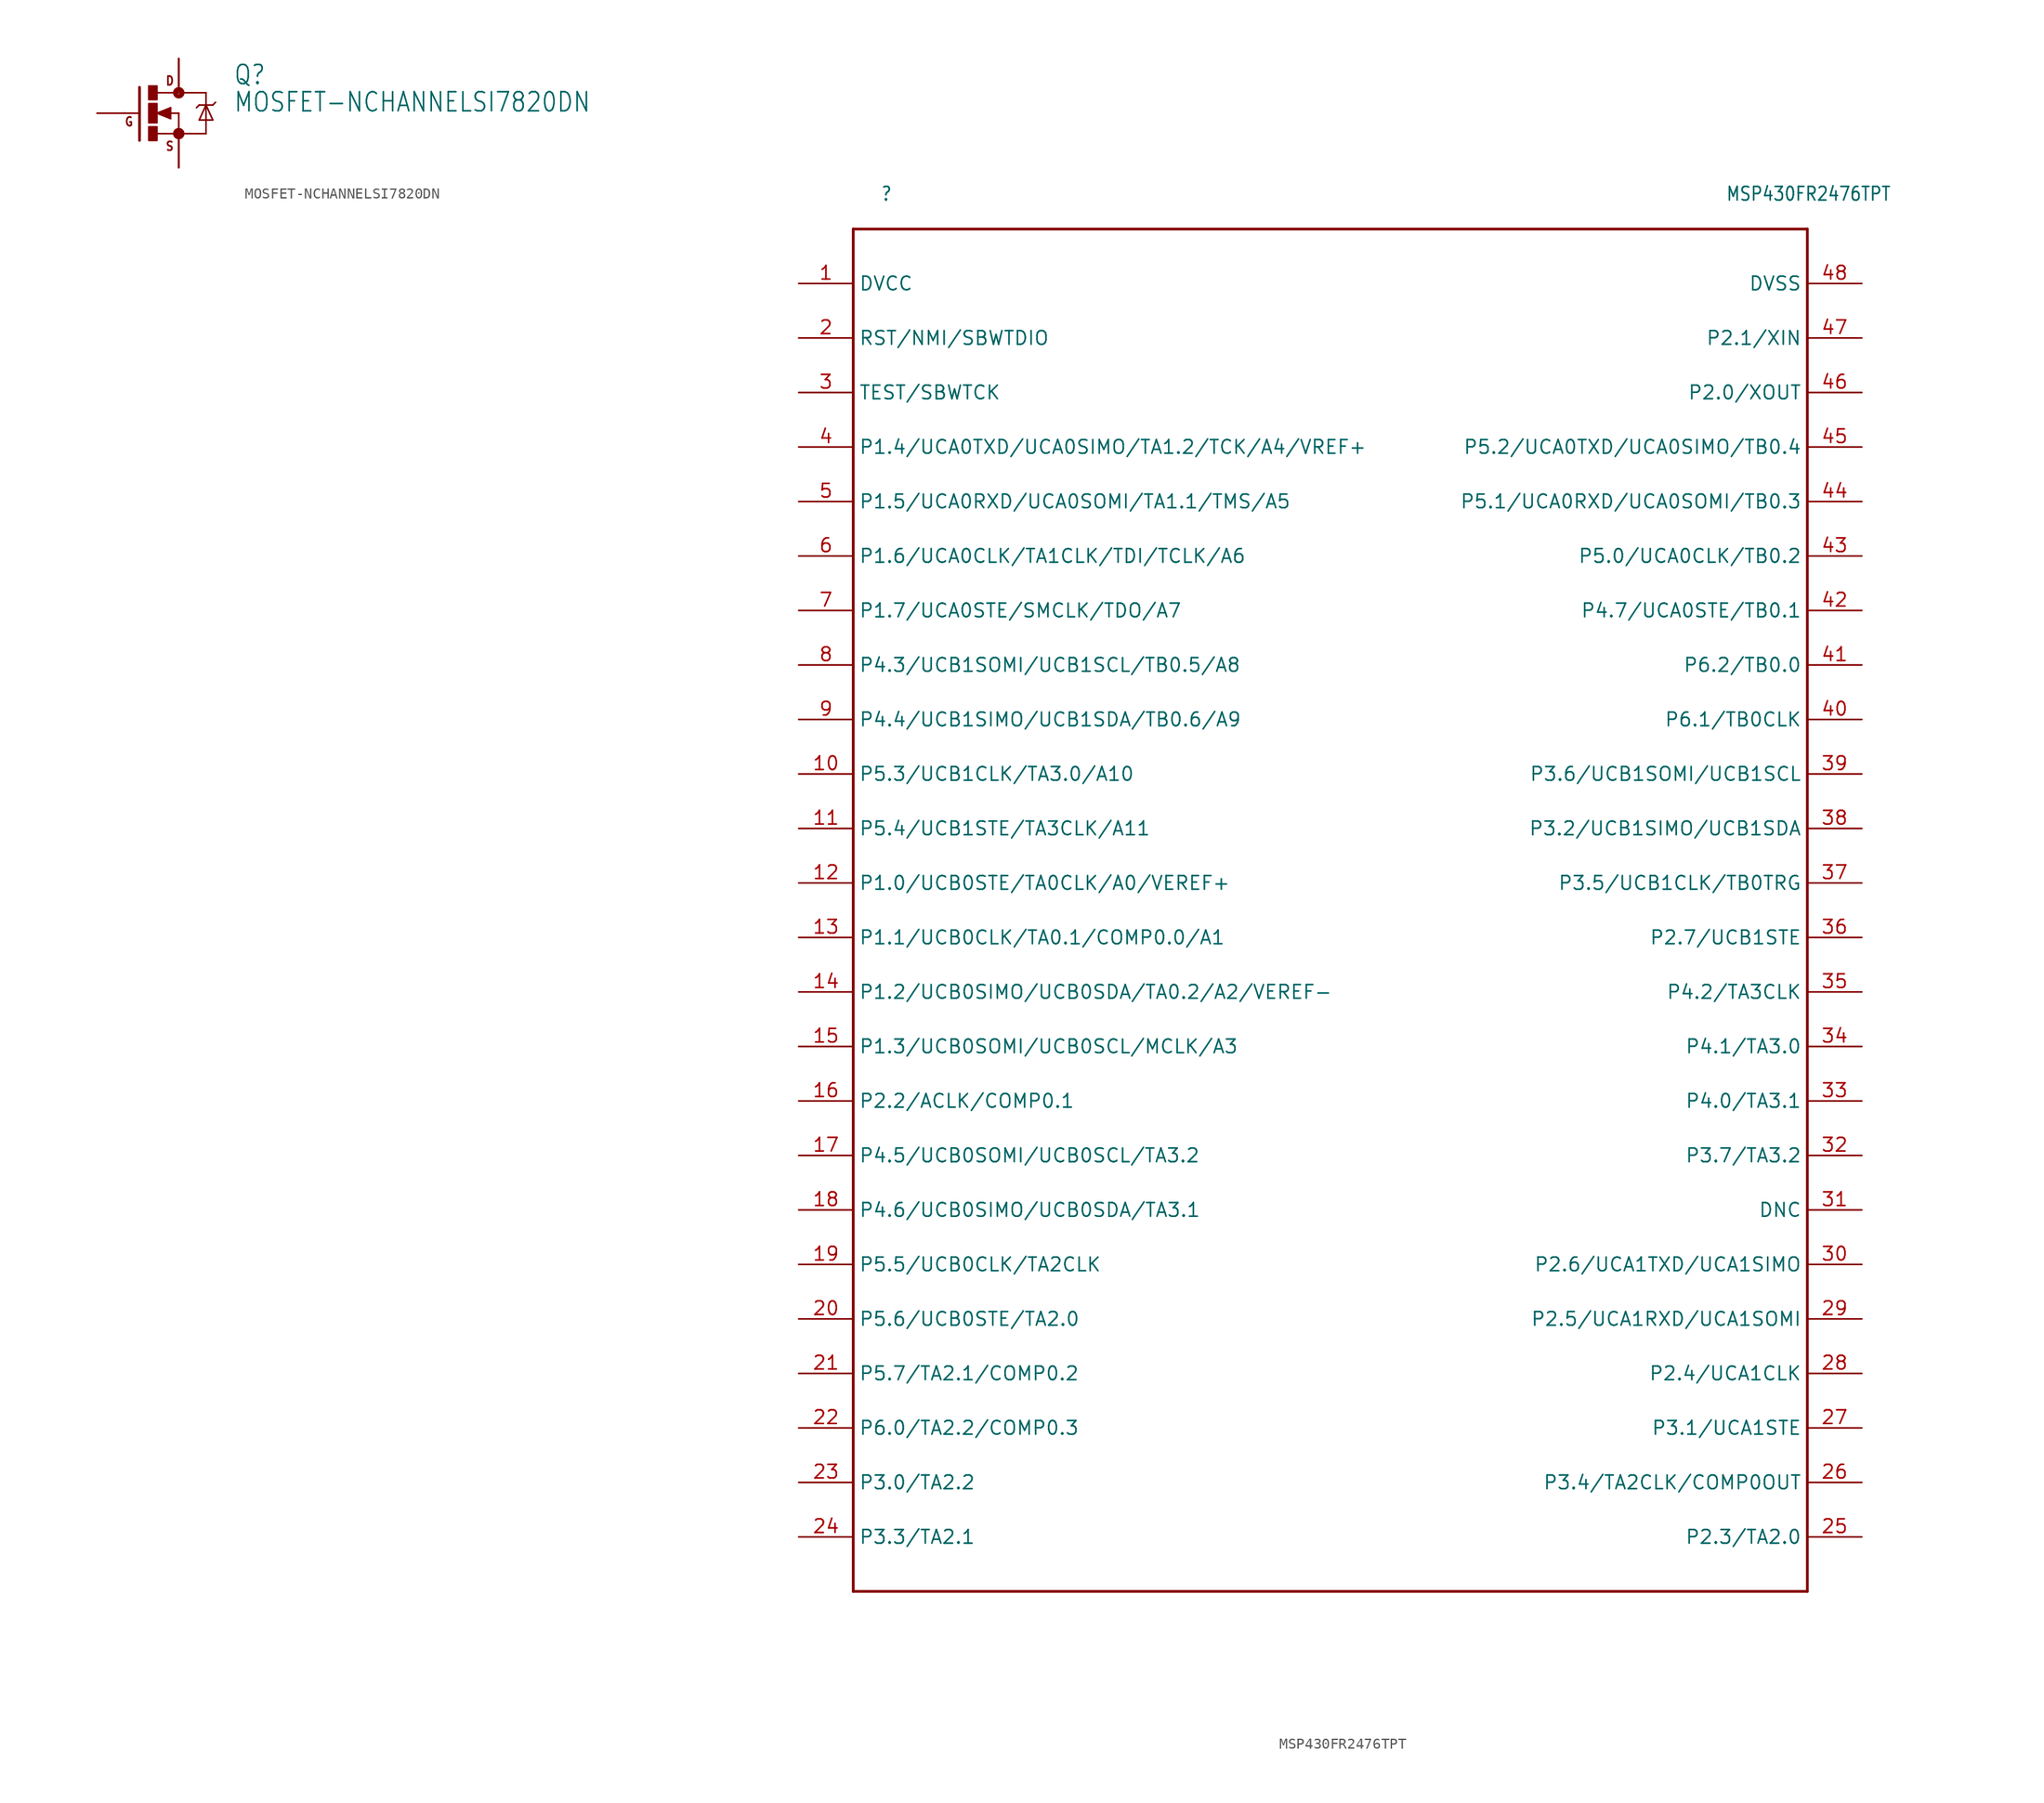
<source format=kicad_sym>
(kicad_symbol_lib
  (version 20211014)
  (generator kicad_symbol_editor)
  (symbol "MOSFET-NCHANNELSI7820DN"
    (property "Reference" "Q"
      (at 5.08 2.54 0)
      (effects (font (size 1.778 1.511)) (justify left bottom)))
    (property "Value" "MOSFET-NCHANNELSI7820DN"
      (at 5.08 0 0)
      (effects (font (size 1.778 1.511)) (justify left bottom)))
    (property "ki_locked" ""
      (at 0 0 0)
      (effects (font (size 1.27 1.27))))
    (symbol "MOSFET-NCHANNELSI7820DN_1_0"
      (rectangle (start -2.794 -2.54) (end -2.032 -1.27) (stroke (width 0) (type default) (color 0 0 0 0)) (fill (type outline)))
      (rectangle (start -2.794 -0.889) (end -2.032 0.889) (stroke (width 0) (type default) (color 0 0 0 0)) (fill (type outline)))
      (rectangle (start -2.794 1.27) (end -2.032 2.54) (stroke (width 0) (type default) (color 0 0 0 0)) (fill (type outline)))
      (circle (center 0 -1.905) (radius 0.127) (stroke (width 0.406) (type default) (color 0 0 0 0)) (fill (type none)))
      (polyline (pts (xy -3.81 0) (xy -5.08 0)) (stroke (width 0.152) (type default) (color 0 0 0 0)) (fill (type none)))
      (polyline (pts (xy -3.658 2.413) (xy -3.658 -2.54)) (stroke (width 0.254) (type default) (color 0 0 0 0)) (fill (type none)))
      (polyline (pts (xy -2.032 -1.905) (xy 0 -1.905)) (stroke (width 0.152) (type default) (color 0 0 0 0)) (fill (type none)))
      (polyline (pts (xy -2.032 0) (xy -0.762 -0.508)) (stroke (width 0.152) (type default) (color 0 0 0 0)) (fill (type none)))
      (polyline (pts (xy -1.778 0) (xy -0.889 -0.254)) (stroke (width 0.305) (type default) (color 0 0 0 0)) (fill (type none)))
      (polyline (pts (xy -0.889 -0.254) (xy -0.889 0)) (stroke (width 0.305) (type default) (color 0 0 0 0)) (fill (type none)))
      (polyline (pts (xy -0.889 0) (xy -1.143 0)) (stroke (width 0.305) (type default) (color 0 0 0 0)) (fill (type none)))
      (polyline (pts (xy -0.889 0) (xy 0 0)) (stroke (width 0.152) (type default) (color 0 0 0 0)) (fill (type none)))
      (polyline (pts (xy -0.889 0.254) (xy -1.778 0)) (stroke (width 0.305) (type default) (color 0 0 0 0)) (fill (type none)))
      (polyline (pts (xy -0.762 -0.508) (xy -0.762 0.508)) (stroke (width 0.152) (type default) (color 0 0 0 0)) (fill (type none)))
      (polyline (pts (xy -0.762 0.508) (xy -2.032 0)) (stroke (width 0.152) (type default) (color 0 0 0 0)) (fill (type none)))
      (polyline (pts (xy 0 -1.905) (xy 0 -2.54)) (stroke (width 0.152) (type default) (color 0 0 0 0)) (fill (type none)))
      (polyline (pts (xy 0 0) (xy 0 -1.905)) (stroke (width 0.152) (type default) (color 0 0 0 0)) (fill (type none)))
      (polyline (pts (xy 0 1.905) (xy -2.007 1.905)) (stroke (width 0.152) (type default) (color 0 0 0 0)) (fill (type none)))
      (polyline (pts (xy 0 1.905) (xy 2.54 1.905)) (stroke (width 0.152) (type default) (color 0 0 0 0)) (fill (type none)))
      (polyline (pts (xy 0 2.54) (xy 0 1.905)) (stroke (width 0.152) (type default) (color 0 0 0 0)) (fill (type none)))
      (polyline (pts (xy 1.905 -0.635) (xy 3.175 -0.635)) (stroke (width 0.152) (type default) (color 0 0 0 0)) (fill (type none)))
      (polyline (pts (xy 1.905 0.762) (xy 1.651 0.508)) (stroke (width 0.152) (type default) (color 0 0 0 0)) (fill (type none)))
      (polyline (pts (xy 1.905 0.762) (xy 2.54 0.762)) (stroke (width 0.152) (type default) (color 0 0 0 0)) (fill (type none)))
      (polyline (pts (xy 2.54 -1.905) (xy 0 -1.905)) (stroke (width 0.152) (type default) (color 0 0 0 0)) (fill (type none)))
      (polyline (pts (xy 2.54 0.762) (xy 1.905 -0.635)) (stroke (width 0.152) (type default) (color 0 0 0 0)) (fill (type none)))
      (polyline (pts (xy 2.54 0.762) (xy 2.54 -1.905)) (stroke (width 0.152) (type default) (color 0 0 0 0)) (fill (type none)))
      (polyline (pts (xy 2.54 0.762) (xy 3.175 0.762)) (stroke (width 0.152) (type default) (color 0 0 0 0)) (fill (type none)))
      (polyline (pts (xy 2.54 1.905) (xy 2.54 0.762)) (stroke (width 0.152) (type default) (color 0 0 0 0)) (fill (type none)))
      (polyline (pts (xy 3.175 -0.635) (xy 2.54 0.762)) (stroke (width 0.152) (type default) (color 0 0 0 0)) (fill (type none)))
      (polyline (pts (xy 3.175 0.762) (xy 3.429 1.016)) (stroke (width 0.152) (type default) (color 0 0 0 0)) (fill (type none)))
      (circle (center 0 1.905) (radius 0.127) (stroke (width 0.406) (type default) (color 0 0 0 0)) (fill (type none)))
      (text "D" (at -1.27 2.54 0) (effects (font (size 0.813 0.691)) (justify left bottom)))
      (text "G" (at -5.08 -1.27 0) (effects (font (size 0.813 0.691)) (justify left bottom)))
      (text "S" (at -1.27 -3.556 0) (effects (font (size 0.813 0.691)) (justify left bottom)))
      (pin passive line (at 0 5.08 270) (length 2.54) (name "D" (effects (font (size 0 0)))) (number "D1" (effects (font (size 0 0)))))
      (pin passive line (at 0 5.08 270) (length 2.54) (name "D" (effects (font (size 0 0)))) (number "D2" (effects (font (size 0 0)))))
      (pin passive line (at 0 5.08 270) (length 2.54) (name "D" (effects (font (size 0 0)))) (number "D3" (effects (font (size 0 0)))))
      (pin passive line (at 0 5.08 270) (length 2.54) (name "D" (effects (font (size 0 0)))) (number "D4" (effects (font (size 0 0)))))
      (pin passive line (at 0 5.08 270) (length 2.54) (name "D" (effects (font (size 0 0)))) (number "DPAD" (effects (font (size 0 0)))))
      (pin passive line (at -7.62 0 0) (length 2.54) (name "G" (effects (font (size 0 0)))) (number "G" (effects (font (size 0 0)))))
      (pin passive line (at 0 -5.08 90) (length 2.54) (name "S" (effects (font (size 0 0)))) (number "S1" (effects (font (size 0 0)))))
      (pin passive line (at 0 -5.08 90) (length 2.54) (name "S" (effects (font (size 0 0)))) (number "S2" (effects (font (size 0 0)))))
      (pin passive line (at 0 -5.08 90) (length 2.54) (name "S" (effects (font (size 0 0)))) (number "S3" (effects (font (size 0 0)))))))
  (symbol "MSP430FR2476TPT"
    (property "Reference" ""
      (at 2.54 129.54 0)
      (effects (font (size 1.27 1.079)) (justify left bottom)))
    (property "Value" "MSP430FR2476TPT"
      (at 81.28 129.54 0)
      (effects (font (size 1.27 1.079)) (justify left bottom)))
    (property "ki_locked" ""
      (at 0 0 0)
      (effects (font (size 1.27 1.27))))
    (symbol "MSP430FR2476TPT_1_0"
      (polyline (pts (xy 0 0) (xy 0 127)) (stroke (width 0.254) (type default) (color 0 0 0 0)) (fill (type none)))
      (polyline (pts (xy 0 127) (xy 88.9 127)) (stroke (width 0.254) (type default) (color 0 0 0 0)) (fill (type none)))
      (polyline (pts (xy 88.9 0) (xy 0 0)) (stroke (width 0.254) (type default) (color 0 0 0 0)) (fill (type none)))
      (polyline (pts (xy 88.9 127) (xy 88.9 0)) (stroke (width 0.254) (type default) (color 0 0 0 0)) (fill (type none)))
      (pin bidirectional line (at -5.08 121.92 0) (length 5.08) (name "DVCC" (effects (font (size 1.27 1.27)))) (number "1" (effects (font (size 1.27 1.27)))))
      (pin bidirectional line (at -5.08 76.2 0) (length 5.08) (name "P5.3/UCB1CLK/TA3.0/A10" (effects (font (size 1.27 1.27)))) (number "10" (effects (font (size 1.27 1.27)))))
      (pin bidirectional line (at -5.08 71.12 0) (length 5.08) (name "P5.4/UCB1STE/TA3CLK/A11" (effects (font (size 1.27 1.27)))) (number "11" (effects (font (size 1.27 1.27)))))
      (pin bidirectional line (at -5.08 66.04 0) (length 5.08) (name "P1.0/UCB0STE/TA0CLK/A0/VEREF+" (effects (font (size 1.27 1.27)))) (number "12" (effects (font (size 1.27 1.27)))))
      (pin bidirectional line (at -5.08 60.96 0) (length 5.08) (name "P1.1/UCB0CLK/TA0.1/COMP0.0/A1" (effects (font (size 1.27 1.27)))) (number "13" (effects (font (size 1.27 1.27)))))
      (pin bidirectional line (at -5.08 55.88 0) (length 5.08) (name "P1.2/UCB0SIMO/UCB0SDA/TA0.2/A2/VEREF-" (effects (font (size 1.27 1.27)))) (number "14" (effects (font (size 1.27 1.27)))))
      (pin bidirectional line (at -5.08 50.8 0) (length 5.08) (name "P1.3/UCB0SOMI/UCB0SCL/MCLK/A3" (effects (font (size 1.27 1.27)))) (number "15" (effects (font (size 1.27 1.27)))))
      (pin bidirectional line (at -5.08 45.72 0) (length 5.08) (name "P2.2/ACLK/COMP0.1" (effects (font (size 1.27 1.27)))) (number "16" (effects (font (size 1.27 1.27)))))
      (pin bidirectional line (at -5.08 40.64 0) (length 5.08) (name "P4.5/UCB0SOMI/UCB0SCL/TA3.2" (effects (font (size 1.27 1.27)))) (number "17" (effects (font (size 1.27 1.27)))))
      (pin bidirectional line (at -5.08 35.56 0) (length 5.08) (name "P4.6/UCB0SIMO/UCB0SDA/TA3.1" (effects (font (size 1.27 1.27)))) (number "18" (effects (font (size 1.27 1.27)))))
      (pin bidirectional line (at -5.08 30.48 0) (length 5.08) (name "P5.5/UCB0CLK/TA2CLK" (effects (font (size 1.27 1.27)))) (number "19" (effects (font (size 1.27 1.27)))))
      (pin bidirectional line (at -5.08 116.84 0) (length 5.08) (name "RST/NMI/SBWTDIO" (effects (font (size 1.27 1.27)))) (number "2" (effects (font (size 1.27 1.27)))))
      (pin bidirectional line (at -5.08 25.4 0) (length 5.08) (name "P5.6/UCB0STE/TA2.0" (effects (font (size 1.27 1.27)))) (number "20" (effects (font (size 1.27 1.27)))))
      (pin bidirectional line (at -5.08 20.32 0) (length 5.08) (name "P5.7/TA2.1/COMP0.2" (effects (font (size 1.27 1.27)))) (number "21" (effects (font (size 1.27 1.27)))))
      (pin bidirectional line (at -5.08 15.24 0) (length 5.08) (name "P6.0/TA2.2/COMP0.3" (effects (font (size 1.27 1.27)))) (number "22" (effects (font (size 1.27 1.27)))))
      (pin bidirectional line (at -5.08 10.16 0) (length 5.08) (name "P3.0/TA2.2" (effects (font (size 1.27 1.27)))) (number "23" (effects (font (size 1.27 1.27)))))
      (pin bidirectional line (at -5.08 5.08 0) (length 5.08) (name "P3.3/TA2.1" (effects (font (size 1.27 1.27)))) (number "24" (effects (font (size 1.27 1.27)))))
      (pin bidirectional line (at 93.98 5.08 180) (length 5.08) (name "P2.3/TA2.0" (effects (font (size 1.27 1.27)))) (number "25" (effects (font (size 1.27 1.27)))))
      (pin bidirectional line (at 93.98 10.16 180) (length 5.08) (name "P3.4/TA2CLK/COMP0OUT" (effects (font (size 1.27 1.27)))) (number "26" (effects (font (size 1.27 1.27)))))
      (pin bidirectional line (at 93.98 15.24 180) (length 5.08) (name "P3.1/UCA1STE" (effects (font (size 1.27 1.27)))) (number "27" (effects (font (size 1.27 1.27)))))
      (pin bidirectional line (at 93.98 20.32 180) (length 5.08) (name "P2.4/UCA1CLK" (effects (font (size 1.27 1.27)))) (number "28" (effects (font (size 1.27 1.27)))))
      (pin bidirectional line (at 93.98 25.4 180) (length 5.08) (name "P2.5/UCA1RXD/UCA1SOMI" (effects (font (size 1.27 1.27)))) (number "29" (effects (font (size 1.27 1.27)))))
      (pin bidirectional line (at -5.08 111.76 0) (length 5.08) (name "TEST/SBWTCK" (effects (font (size 1.27 1.27)))) (number "3" (effects (font (size 1.27 1.27)))))
      (pin bidirectional line (at 93.98 30.48 180) (length 5.08) (name "P2.6/UCA1TXD/UCA1SIMO" (effects (font (size 1.27 1.27)))) (number "30" (effects (font (size 1.27 1.27)))))
      (pin bidirectional line (at 93.98 35.56 180) (length 5.08) (name "DNC" (effects (font (size 1.27 1.27)))) (number "31" (effects (font (size 1.27 1.27)))))
      (pin bidirectional line (at 93.98 40.64 180) (length 5.08) (name "P3.7/TA3.2" (effects (font (size 1.27 1.27)))) (number "32" (effects (font (size 1.27 1.27)))))
      (pin bidirectional line (at 93.98 45.72 180) (length 5.08) (name "P4.0/TA3.1" (effects (font (size 1.27 1.27)))) (number "33" (effects (font (size 1.27 1.27)))))
      (pin bidirectional line (at 93.98 50.8 180) (length 5.08) (name "P4.1/TA3.0" (effects (font (size 1.27 1.27)))) (number "34" (effects (font (size 1.27 1.27)))))
      (pin bidirectional line (at 93.98 55.88 180) (length 5.08) (name "P4.2/TA3CLK" (effects (font (size 1.27 1.27)))) (number "35" (effects (font (size 1.27 1.27)))))
      (pin bidirectional line (at 93.98 60.96 180) (length 5.08) (name "P2.7/UCB1STE" (effects (font (size 1.27 1.27)))) (number "36" (effects (font (size 1.27 1.27)))))
      (pin bidirectional line (at 93.98 66.04 180) (length 5.08) (name "P3.5/UCB1CLK/TB0TRG" (effects (font (size 1.27 1.27)))) (number "37" (effects (font (size 1.27 1.27)))))
      (pin bidirectional line (at 93.98 71.12 180) (length 5.08) (name "P3.2/UCB1SIMO/UCB1SDA" (effects (font (size 1.27 1.27)))) (number "38" (effects (font (size 1.27 1.27)))))
      (pin bidirectional line (at 93.98 76.2 180) (length 5.08) (name "P3.6/UCB1SOMI/UCB1SCL" (effects (font (size 1.27 1.27)))) (number "39" (effects (font (size 1.27 1.27)))))
      (pin bidirectional line (at -5.08 106.68 0) (length 5.08) (name "P1.4/UCA0TXD/UCA0SIMO/TA1.2/TCK/A4/VREF+" (effects (font (size 1.27 1.27)))) (number "4" (effects (font (size 1.27 1.27)))))
      (pin bidirectional line (at 93.98 81.28 180) (length 5.08) (name "P6.1/TB0CLK" (effects (font (size 1.27 1.27)))) (number "40" (effects (font (size 1.27 1.27)))))
      (pin bidirectional line (at 93.98 86.36 180) (length 5.08) (name "P6.2/TB0.0" (effects (font (size 1.27 1.27)))) (number "41" (effects (font (size 1.27 1.27)))))
      (pin bidirectional line (at 93.98 91.44 180) (length 5.08) (name "P4.7/UCA0STE/TB0.1" (effects (font (size 1.27 1.27)))) (number "42" (effects (font (size 1.27 1.27)))))
      (pin bidirectional line (at 93.98 96.52 180) (length 5.08) (name "P5.0/UCA0CLK/TB0.2" (effects (font (size 1.27 1.27)))) (number "43" (effects (font (size 1.27 1.27)))))
      (pin bidirectional line (at 93.98 101.6 180) (length 5.08) (name "P5.1/UCA0RXD/UCA0SOMI/TB0.3" (effects (font (size 1.27 1.27)))) (number "44" (effects (font (size 1.27 1.27)))))
      (pin bidirectional line (at 93.98 106.68 180) (length 5.08) (name "P5.2/UCA0TXD/UCA0SIMO/TB0.4" (effects (font (size 1.27 1.27)))) (number "45" (effects (font (size 1.27 1.27)))))
      (pin bidirectional line (at 93.98 111.76 180) (length 5.08) (name "P2.0/XOUT" (effects (font (size 1.27 1.27)))) (number "46" (effects (font (size 1.27 1.27)))))
      (pin bidirectional line (at 93.98 116.84 180) (length 5.08) (name "P2.1/XIN" (effects (font (size 1.27 1.27)))) (number "47" (effects (font (size 1.27 1.27)))))
      (pin bidirectional line (at 93.98 121.92 180) (length 5.08) (name "DVSS" (effects (font (size 1.27 1.27)))) (number "48" (effects (font (size 1.27 1.27)))))
      (pin bidirectional line (at -5.08 101.6 0) (length 5.08) (name "P1.5/UCA0RXD/UCA0SOMI/TA1.1/TMS/A5" (effects (font (size 1.27 1.27)))) (number "5" (effects (font (size 1.27 1.27)))))
      (pin bidirectional line (at -5.08 96.52 0) (length 5.08) (name "P1.6/UCA0CLK/TA1CLK/TDI/TCLK/A6" (effects (font (size 1.27 1.27)))) (number "6" (effects (font (size 1.27 1.27)))))
      (pin bidirectional line (at -5.08 91.44 0) (length 5.08) (name "P1.7/UCA0STE/SMCLK/TDO/A7" (effects (font (size 1.27 1.27)))) (number "7" (effects (font (size 1.27 1.27)))))
      (pin bidirectional line (at -5.08 86.36 0) (length 5.08) (name "P4.3/UCB1SOMI/UCB1SCL/TB0.5/A8" (effects (font (size 1.27 1.27)))) (number "8" (effects (font (size 1.27 1.27)))))
      (pin bidirectional line (at -5.08 81.28 0) (length 5.08) (name "P4.4/UCB1SIMO/UCB1SDA/TB0.6/A9" (effects (font (size 1.27 1.27)))) (number "9" (effects (font (size 1.27 1.27))))))))
</source>
